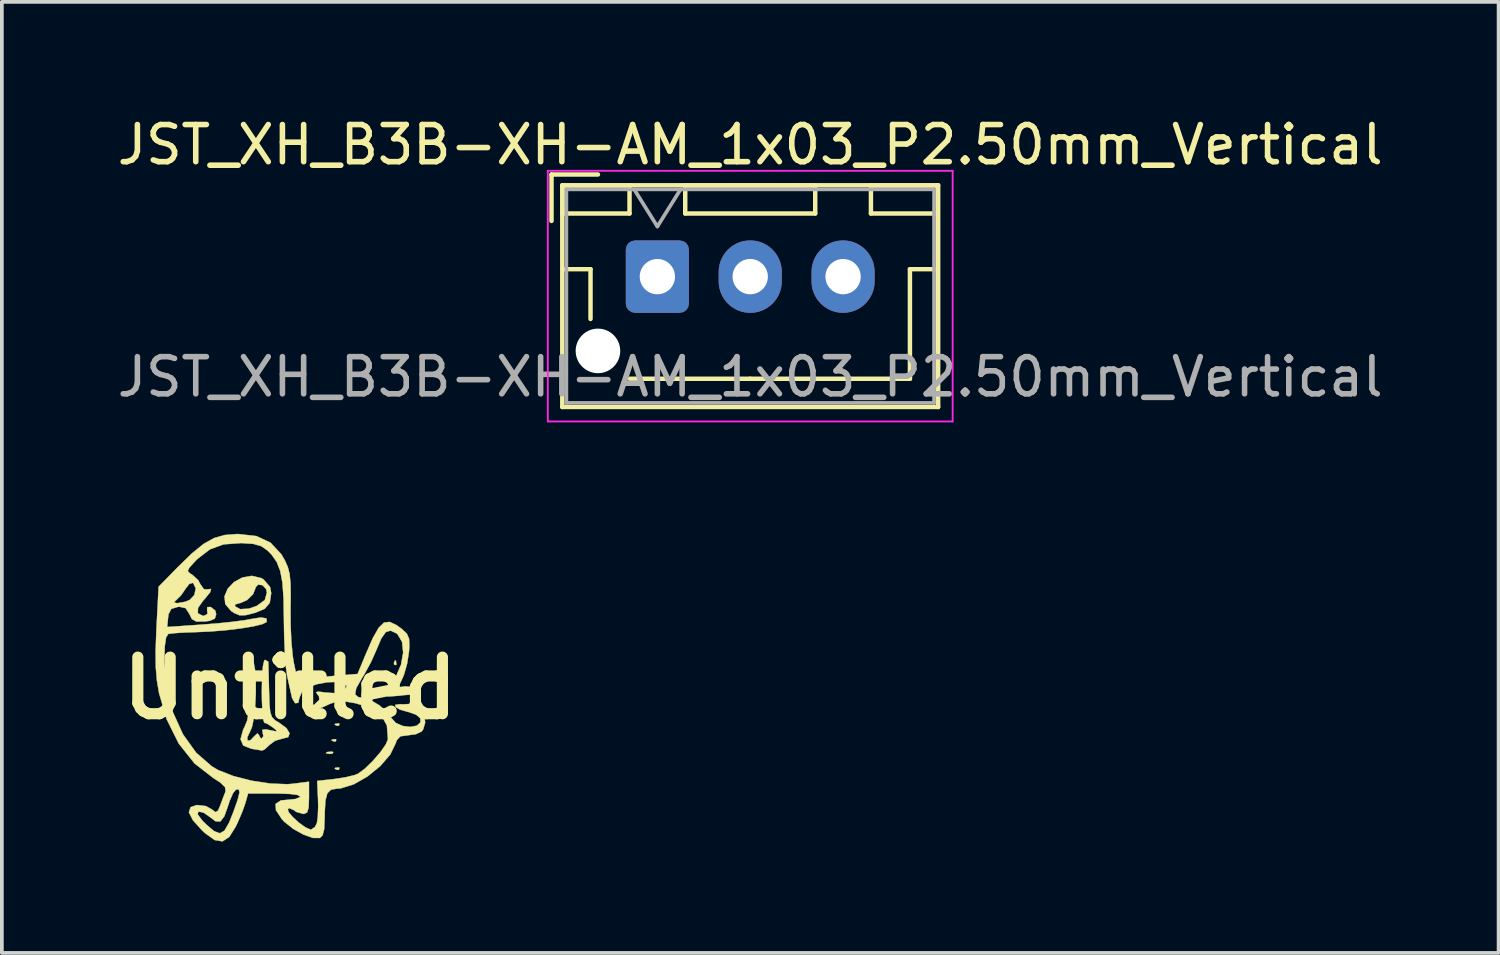
<source format=kicad_pcb>
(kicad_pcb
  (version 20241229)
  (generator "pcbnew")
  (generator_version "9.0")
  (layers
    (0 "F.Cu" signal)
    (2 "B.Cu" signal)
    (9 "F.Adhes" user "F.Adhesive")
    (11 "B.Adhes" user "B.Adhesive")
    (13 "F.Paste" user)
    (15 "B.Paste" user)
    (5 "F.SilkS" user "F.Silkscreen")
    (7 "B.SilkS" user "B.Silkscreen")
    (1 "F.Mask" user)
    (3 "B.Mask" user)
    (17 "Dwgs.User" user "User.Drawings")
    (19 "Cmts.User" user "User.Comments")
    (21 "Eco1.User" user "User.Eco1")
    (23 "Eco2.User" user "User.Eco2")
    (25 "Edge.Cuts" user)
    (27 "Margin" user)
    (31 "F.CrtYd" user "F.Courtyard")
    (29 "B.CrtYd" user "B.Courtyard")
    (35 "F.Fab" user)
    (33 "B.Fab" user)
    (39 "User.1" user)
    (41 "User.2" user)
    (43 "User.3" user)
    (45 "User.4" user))
  (footprint "JST_XH_B3B-XH-AM_1x03_P2.50mm_Vertical"
    (layer "F.Cu")
    (at 14.649 4.398)
    (property "Reference" "JST_XH_B3B-XH-AM_1x03_P2.50mm_Vertical" (at 2.5 -3.55 0) (layer "F.SilkS") (effects (font (size 1 1) (thickness 0.15))))
    (attr through_hole)
    (fp_line (start -2.85 -2.75) (end -2.85 -1.5) (stroke (width 0.12) (type solid)) (layer "F.SilkS"))
    (fp_line (start -2.56 -2.46) (end -2.56 3.51) (stroke (width 0.12) (type solid)) (layer "F.SilkS"))
    (fp_line (start -2.56 3.51) (end 7.56 3.51) (stroke (width 0.12) (type solid)) (layer "F.SilkS"))
    (fp_line (start -2.55 -2.45) (end -2.55 -1.7) (stroke (width 0.12) (type solid)) (layer "F.SilkS"))
    (fp_line (start -2.55 -1.7) (end -0.75 -1.7) (stroke (width 0.12) (type solid)) (layer "F.SilkS"))
    (fp_line (start -2.55 -0.2) (end -1.8 -0.2) (stroke (width 0.12) (type solid)) (layer "F.SilkS"))
    (fp_line (start -1.8 -0.2) (end -1.8 1.14) (stroke (width 0.12) (type solid)) (layer "F.SilkS"))
    (fp_line (start -1.6 -2.75) (end -2.85 -2.75) (stroke (width 0.12) (type solid)) (layer "F.SilkS"))
    (fp_line (start -0.75 -2.45) (end -2.55 -2.45) (stroke (width 0.12) (type solid)) (layer "F.SilkS"))
    (fp_line (start -0.75 -1.7) (end -0.75 -2.45) (stroke (width 0.12) (type solid)) (layer "F.SilkS"))
    (fp_line (start 0.75 -2.45) (end 0.75 -1.7) (stroke (width 0.12) (type solid)) (layer "F.SilkS"))
    (fp_line (start 0.75 -1.7) (end 4.25 -1.7) (stroke (width 0.12) (type solid)) (layer "F.SilkS"))
    (fp_line (start 2.5 2.75) (end -0.74 2.75) (stroke (width 0.12) (type solid)) (layer "F.SilkS"))
    (fp_line (start 4.25 -2.45) (end 0.75 -2.45) (stroke (width 0.12) (type solid)) (layer "F.SilkS"))
    (fp_line (start 4.25 -1.7) (end 4.25 -2.45) (stroke (width 0.12) (type solid)) (layer "F.SilkS"))
    (fp_line (start 5.75 -2.45) (end 5.75 -1.7) (stroke (width 0.12) (type solid)) (layer "F.SilkS"))
    (fp_line (start 5.75 -1.7) (end 7.55 -1.7) (stroke (width 0.12) (type solid)) (layer "F.SilkS"))
    (fp_line (start 6.8 -0.2) (end 6.8 2.75) (stroke (width 0.12) (type solid)) (layer "F.SilkS"))
    (fp_line (start 6.8 2.75) (end 2.5 2.75) (stroke (width 0.12) (type solid)) (layer "F.SilkS"))
    (fp_line (start 7.55 -2.45) (end 5.75 -2.45) (stroke (width 0.12) (type solid)) (layer "F.SilkS"))
    (fp_line (start 7.55 -1.7) (end 7.55 -2.45) (stroke (width 0.12) (type solid)) (layer "F.SilkS"))
    (fp_line (start 7.55 -0.2) (end 6.8 -0.2) (stroke (width 0.12) (type solid)) (layer "F.SilkS"))
    (fp_line (start 7.56 -2.46) (end -2.56 -2.46) (stroke (width 0.12) (type solid)) (layer "F.SilkS"))
    (fp_line (start 7.56 3.51) (end 7.56 -2.46) (stroke (width 0.12) (type solid)) (layer "F.SilkS"))
    (fp_line (start -2.95 -2.85) (end -2.95 3.9) (stroke (width 0.05) (type solid)) (layer "F.CrtYd"))
    (fp_line (start -2.95 3.9) (end 7.95 3.9) (stroke (width 0.05) (type solid)) (layer "F.CrtYd"))
    (fp_line (start 7.95 -2.85) (end -2.95 -2.85) (stroke (width 0.05) (type solid)) (layer "F.CrtYd"))
    (fp_line (start 7.95 3.9) (end 7.95 -2.85) (stroke (width 0.05) (type solid)) (layer "F.CrtYd"))
    (fp_line (start -2.45 -2.35) (end -2.45 3.4) (stroke (width 0.1) (type solid)) (layer "F.Fab"))
    (fp_line (start -2.45 3.4) (end 7.45 3.4) (stroke (width 0.1) (type solid)) (layer "F.Fab"))
    (fp_line (start -0.625 -2.35) (end 0 -1.35) (stroke (width 0.1) (type solid)) (layer "F.Fab"))
    (fp_line (start 0 -1.35) (end 0.625 -2.35) (stroke (width 0.1) (type solid)) (layer "F.Fab"))
    (fp_line (start 7.45 -2.35) (end -2.45 -2.35) (stroke (width 0.1) (type solid)) (layer "F.Fab"))
    (fp_line (start 7.45 3.4) (end 7.45 -2.35) (stroke (width 0.1) (type solid)) (layer "F.Fab"))
    (fp_text user "${REFERENCE}" (at 2.5 2.7 0) (layer "F.Fab") (effects (font (size 1 1) (thickness 0.15))))
    (pad "" np_thru_hole circle (at -1.6 2) (size 1.2 1.2) (drill 1.2) (layers "*.Cu" "*.Mask"))
    (pad "A" thru_hole roundrect (at 0 0) (size 1.7 1.95) (drill 0.95) (layers "*.Cu" "*.Mask") (roundrect_rratio 0.147))
    (pad "B" thru_hole oval (at 5 0) (size 1.7 1.95) (drill 0.95) (layers "*.Cu" "*.Mask"))
    (pad "C" thru_hole oval (at 2.5 0) (size 1.7 1.95) (drill 0.95) (layers "*.Cu" "*.Mask")))
  (footprint "Untitled"
    (layer "F.Cu")
    (at 4.761 15.477)
    (property "Reference" "Untitled" (at 0 0 0) (layer "F.SilkS") (effects (font (size 1.524 1.524) (thickness 0.3))))
    (attr through_hole)
    (fp_poly (pts (xy 0.564 0.282) (xy 0.553 0.333) (xy 0.508 0.339) (xy 0.438 0.308) (xy 0.452 0.282) (xy 0.552 0.272) (xy 0.564 0.282)) (stroke (width 0.01) (type solid)) (fill yes) (layer "F.SilkS"))
    (fp_poly (pts (xy 1.162 1.727) (xy 1.137 1.765) (xy 1.051 1.771) (xy 0.961 1.751) (xy 1 1.72) (xy 1.132 1.71) (xy 1.162 1.727)) (stroke (width 0.01) (type solid)) (fill yes) (layer "F.SilkS"))
    (fp_poly (pts (xy 1.242 1.383) (xy 1.23 1.433) (xy 1.185 1.439) (xy 1.116 1.408) (xy 1.129 1.383) (xy 1.229 1.373) (xy 1.242 1.383)) (stroke (width 0.01) (type solid)) (fill yes) (layer "F.SilkS"))
    (fp_poly (pts (xy 1.326 0.96) (xy 1.315 1.01) (xy 1.27 1.016) (xy 1.2 0.985) (xy 1.214 0.96) (xy 1.314 0.949) (xy 1.326 0.96)) (stroke (width 0.01) (type solid)) (fill yes) (layer "F.SilkS"))
    (fp_poly (pts (xy 1.326 2.145) (xy 1.315 2.195) (xy 1.27 2.201) (xy 1.2 2.17) (xy 1.214 2.145) (xy 1.314 2.135) (xy 1.326 2.145)) (stroke (width 0.01) (type solid)) (fill yes) (layer "F.SilkS"))
    (fp_poly (pts (xy 2.85 -0.734) (xy 2.861 -0.633) (xy 2.85 -0.621) (xy 2.8 -0.633) (xy 2.794 -0.677) (xy 2.825 -0.747) (xy 2.85 -0.734)) (stroke (width 0.01) (type solid)) (fill yes) (layer "F.SilkS"))
    (fp_poly (pts (xy 2.706 -0.362) (xy 2.709 -0.339) (xy 2.68 -0.256) (xy 2.672 -0.254) (xy 2.6 -0.313) (xy 2.582 -0.339) (xy 2.589 -0.417) (xy 2.62 -0.423) (xy 2.706 -0.362)) (stroke (width 0.01) (type solid)) (fill yes) (layer "F.SilkS"))
    (fp_poly (pts (xy -0.779 -2.963) (xy -0.716 -2.927) (xy -0.541 -2.725) (xy -0.509 -2.559) (xy -0.548 -2.297) (xy -0.684 -2.135) (xy -0.937 -2.03) (xy -1.193 -1.965) (xy -1.358 -1.96) (xy -1.5 -2.019) (xy -1.59 -2.079) (xy -1.694 -2.201) (xy -1.482 -2.201) (xy -1.344 -2.126) (xy -1.112 -2.14) (xy -0.898 -2.213) (xy -0.681 -2.372) (xy -0.624 -2.575) (xy -0.647 -2.667) (xy -0.74 -2.77) (xy -0.859 -2.788) (xy -0.93 -2.715) (xy -0.931 -2.695) (xy -1 -2.526) (xy -1.162 -2.369) (xy -1.346 -2.288) (xy -1.373 -2.286) (xy -1.481 -2.251) (xy -1.482 -2.201) (xy -1.694 -2.201) (xy -1.746 -2.263) (xy -1.767 -2.47) (xy -1.68 -2.676) (xy -1.511 -2.854) (xy -1.286 -2.978) (xy -1.034 -3.023) (xy -0.779 -2.963)) (stroke (width 0.01) (type solid)) (fill yes) (layer "F.SilkS"))
    (fp_poly (pts (xy -0.98 -0.685) (xy -0.942 -0.48) (xy -0.924 -0.187) (xy -0.924 0.153) (xy -0.942 0.499) (xy -0.977 0.812) (xy -1.028 1.052) (xy -1.07 1.149) (xy -1.153 1.324) (xy -1.145 1.418) (xy -1.064 1.4) (xy -0.975 1.306) (xy -0.883 1.219) (xy -0.849 1.249) (xy -0.795 1.347) (xy -0.765 1.355) (xy -0.72 1.292) (xy -0.736 1.215) (xy -0.748 1.123) (xy -0.655 1.11) (xy -0.543 1.132) (xy -0.38 1.164) (xy -0.365 1.14) (xy -0.461 1.06) (xy -0.613 0.96) (xy -0.694 0.931) (xy -0.722 0.853) (xy -0.745 0.641) (xy -0.759 0.331) (xy -0.762 0.085) (xy -0.754 -0.309) (xy -0.731 -0.593) (xy -0.697 -0.744) (xy -0.677 -0.762) (xy -0.591 -0.713) (xy -0.588 -0.699) (xy -0.584 -0.59) (xy -0.578 -0.356) (xy -0.57 -0.04) (xy -0.567 0.078) (xy -0.556 0.426) (xy -0.535 0.646) (xy -0.491 0.778) (xy -0.411 0.862) (xy -0.296 0.931) (xy -0.097 1.079) (xy -0.013 1.22) (xy -0.054 1.322) (xy -0.192 1.355) (xy -0.405 1.416) (xy -0.55 1.524) (xy -0.68 1.645) (xy -0.754 1.681) (xy -0.867 1.66) (xy -1.042 1.632) (xy -1.261 1.547) (xy -1.335 1.376) (xy -1.264 1.119) (xy -1.232 1.056) (xy -1.157 0.876) (xy -1.116 0.655) (xy -1.105 0.347) (xy -1.113 0.008) (xy -1.122 -0.38) (xy -1.11 -0.622) (xy -1.075 -0.741) (xy -1.037 -0.762) (xy -0.98 -0.685)) (stroke (width 0.01) (type solid)) (fill yes) (layer "F.SilkS"))
    (fp_poly (pts (xy -0.905 -4.093) (xy -0.529 -3.917) (xy -0.24 -3.608) (xy -0.139 -3.435) (xy -0.062 -3.26) (xy -0.013 -3.07) (xy 0.011 -2.824) (xy 0.017 -2.48) (xy 0.011 -2.165) (xy 0.013 -1.714) (xy 0.033 -1.262) (xy 0.069 -0.873) (xy 0.097 -0.693) (xy 0.159 -0.405) (xy 0.215 -0.252) (xy 0.282 -0.201) (xy 0.376 -0.218) (xy 0.544 -0.254) (xy 0.823 -0.293) (xy 1.156 -0.327) (xy 1.183 -0.329) (xy 1.816 -0.381) (xy 2.044 -0.931) (xy 2.229 -1.352) (xy 2.384 -1.624) (xy 2.527 -1.764) (xy 2.68 -1.783) (xy 2.863 -1.698) (xy 3.004 -1.595) (xy 3.141 -1.468) (xy 3.203 -1.33) (xy 3.21 -1.119) (xy 3.2 -0.979) (xy 3.151 -0.663) (xy 3.068 -0.369) (xy 3.028 -0.273) (xy 2.944 -0.094) (xy 2.945 -0.028) (xy 3.041 -0.038) (xy 3.082 -0.048) (xy 3.29 -0.031) (xy 3.423 0.109) (xy 3.447 0.333) (xy 3.439 0.371) (xy 3.439 0.557) (xy 3.514 0.624) (xy 3.613 0.739) (xy 3.636 0.93) (xy 3.579 1.118) (xy 3.539 1.168) (xy 3.387 1.24) (xy 3.167 1.27) (xy 2.965 1.298) (xy 2.867 1.409) (xy 2.843 1.484) (xy 2.695 1.789) (xy 2.427 2.099) (xy 2.086 2.377) (xy 1.715 2.589) (xy 1.361 2.699) (xy 1.258 2.707) (xy 1.101 2.734) (xy 1.003 2.829) (xy 0.951 3.023) (xy 0.932 3.346) (xy 0.931 3.481) (xy 0.918 3.79) (xy 0.874 3.965) (xy 0.8 4.035) (xy 0.614 4.033) (xy 0.358 3.942) (xy 0.084 3.789) (xy -0.155 3.6) (xy -0.221 3.529) (xy -0.381 3.286) (xy -0.391 3.117) (xy -0.249 3.024) (xy -0.063 3.006) (xy 0.146 2.985) (xy 0.266 2.935) (xy 0.273 2.921) (xy 0.206 2.878) (xy -0.008 2.849) (xy -0.347 2.837) (xy -0.418 2.836) (xy -1.132 2.836) (xy -1.203 3.09) (xy -1.285 3.323) (xy -1.408 3.61) (xy -1.462 3.725) (xy -1.637 4.005) (xy -1.82 4.126) (xy -2.032 4.09) (xy -2.295 3.901) (xy -2.364 3.837) (xy -2.618 3.556) (xy -2.697 3.399) (xy -2.489 3.399) (xy -2.365 3.565) (xy -2.256 3.674) (xy -2.047 3.851) (xy -1.893 3.909) (xy -1.767 3.837) (xy -1.643 3.623) (xy -1.527 3.333) (xy -1.412 3.007) (xy -1.364 2.813) (xy -1.38 2.728) (xy -1.453 2.728) (xy -1.533 2.822) (xy -1.624 3.025) (xy -1.666 3.154) (xy -1.77 3.449) (xy -1.877 3.589) (xy -2.006 3.586) (xy -2.159 3.471) (xy -2.329 3.352) (xy -2.466 3.322) (xy -2.47 3.323) (xy -2.489 3.399) (xy -2.697 3.399) (xy -2.725 3.346) (xy -2.682 3.207) (xy -2.511 3.147) (xy -2.267 3.176) (xy -2.119 3.258) (xy -2.007 3.34) (xy -1.94 3.299) (xy -1.881 3.158) (xy -1.799 2.936) (xy -1.739 2.784) (xy -1.75 2.669) (xy -1.885 2.537) (xy -2.058 2.427) (xy -2.573 2.028) (xy -2.998 1.494) (xy -3.324 0.837) (xy -3.528 0.138) (xy -3.586 -0.2) (xy -3.617 -0.564) (xy -3.618 -0.724) (xy -3.387 -0.724) (xy -3.327 -0.015) (xy -3.155 0.649) (xy -2.886 1.242) (xy -2.531 1.738) (xy -2.105 2.109) (xy -1.936 2.207) (xy -1.529 2.367) (xy -1.036 2.493) (xy -0.525 2.57) (xy -0.069 2.587) (xy 0.064 2.576) (xy 0.508 2.52) (xy 0.508 2.954) (xy 0.498 3.214) (xy 0.46 3.345) (xy 0.378 3.386) (xy 0.356 3.387) (xy 0.169 3.334) (xy 0.103 3.286) (xy -0.015 3.233) (xy -0.062 3.252) (xy -0.042 3.337) (xy 0.074 3.474) (xy 0.241 3.626) (xy 0.416 3.751) (xy 0.552 3.809) (xy 0.563 3.81) (xy 0.668 3.74) (xy 0.72 3.639) (xy 0.746 3.462) (xy 0.756 3.187) (xy 0.751 2.983) (xy 0.729 2.498) (xy 1.192 2.447) (xy 1.487 2.402) (xy 1.735 2.341) (xy 1.83 2.304) (xy 2.013 2.169) (xy 2.225 1.962) (xy 2.426 1.73) (xy 2.576 1.517) (xy 2.634 1.376) (xy 2.605 1.003) (xy 2.452 0.726) (xy 2.163 0.529) (xy 1.767 0.408) (xy 1.477 0.357) (xy 1.272 0.359) (xy 1.074 0.422) (xy 0.927 0.491) (xy 0.68 0.596) (xy 0.536 0.624) (xy 0.512 0.579) (xy 0.624 0.464) (xy 0.66 0.437) (xy 0.785 0.316) (xy 0.777 0.219) (xy 0.743 0.178) (xy 0.737 0.169) (xy 1.749 0.169) (xy 1.843 0.246) (xy 1.931 0.254) (xy 2.152 0.315) (xy 2.406 0.465) (xy 2.624 0.658) (xy 2.723 0.8) (xy 2.845 0.937) (xy 3.032 1.019) (xy 3.236 1.044) (xy 3.411 1.012) (xy 3.51 0.921) (xy 3.505 0.811) (xy 3.398 0.717) (xy 3.196 0.645) (xy 3.172 0.64) (xy 2.96 0.579) (xy 2.84 0.508) (xy 2.831 0.451) (xy 2.952 0.432) (xy 3.016 0.437) (xy 3.204 0.428) (xy 3.283 0.326) (xy 3.288 0.307) (xy 3.289 0.212) (xy 3.217 0.177) (xy 3.032 0.191) (xy 2.937 0.205) (xy 2.652 0.224) (xy 2.516 0.176) (xy 2.532 0.064) (xy 2.638 -0.052) (xy 2.848 -0.313) (xy 2.986 -0.629) (xy 3.044 -0.955) (xy 3.014 -1.245) (xy 2.891 -1.453) (xy 2.863 -1.474) (xy 2.705 -1.549) (xy 2.576 -1.509) (xy 2.455 -1.338) (xy 2.327 -1.036) (xy 2.181 -0.708) (xy 1.997 -0.369) (xy 1.934 -0.269) (xy 1.78 0.001) (xy 1.749 0.169) (xy 0.737 0.169) (xy 0.698 0.108) (xy 0.77 0.094) (xy 0.941 0.118) (xy 1.254 0.139) (xy 1.455 0.079) (xy 1.524 -0.051) (xy 1.45 -0.132) (xy 1.26 -0.167) (xy 1.002 -0.158) (xy 0.721 -0.106) (xy 0.548 -0.047) (xy 0.322 0.093) (xy 0.254 0.25) (xy 0.217 0.397) (xy 0.135 0.405) (xy 0.057 0.277) (xy 0.045 0.233) (xy -0.00032 0.032) (xy -0.061 -0.242) (xy -0.082 -0.339) (xy -0.114 -0.57) (xy -0.141 -0.924) (xy -0.159 -1.353) (xy -0.167 -1.811) (xy -0.167 -1.844) (xy -0.176 -2.408) (xy -0.206 -2.834) (xy -0.265 -3.152) (xy -0.358 -3.393) (xy -0.495 -3.589) (xy -0.61 -3.706) (xy -0.778 -3.823) (xy -0.992 -3.884) (xy -1.312 -3.905) (xy -1.328 -3.905) (xy -1.79 -3.871) (xy -2.159 -3.737) (xy -2.493 -3.48) (xy -2.57 -3.402) (xy -2.717 -3.239) (xy -2.756 -3.15) (xy -2.696 -3.088) (xy -2.639 -3.056) (xy -2.475 -2.906) (xy -2.411 -2.788) (xy -2.32 -2.662) (xy -2.236 -2.658) (xy -2.129 -2.671) (xy -2.151 -2.584) (xy -2.299 -2.402) (xy -2.338 -2.361) (xy -2.479 -2.161) (xy -2.485 -2.017) (xy -2.357 -1.949) (xy -2.314 -1.947) (xy -2.223 -2) (xy -2.234 -2.08) (xy -2.233 -2.181) (xy -2.138 -2.185) (xy -2.016 -2.089) (xy -1.99 -1.989) (xy -2.027 -1.871) (xy -2.166 -1.812) (xy -2.307 -1.794) (xy -2.526 -1.793) (xy -2.643 -1.859) (xy -2.71 -1.99) (xy -2.811 -2.153) (xy -2.977 -2.19) (xy -3.027 -2.186) (xy -3.2 -2.133) (xy -3.273 -1.991) (xy -3.285 -1.903) (xy -3.31 -1.646) (xy -2.353 -1.712) (xy -1.93 -1.746) (xy -1.535 -1.787) (xy -1.218 -1.829) (xy -1.063 -1.858) (xy -0.789 -1.902) (xy -0.639 -1.878) (xy -0.628 -1.789) (xy -0.634 -1.78) (xy -0.746 -1.723) (xy -0.99 -1.663) (xy -1.331 -1.607) (xy -1.732 -1.559) (xy -2.156 -1.524) (xy -2.498 -1.509) (xy -2.83 -1.498) (xy -3.102 -1.481) (xy -3.264 -1.462) (xy -3.281 -1.458) (xy -3.34 -1.364) (xy -3.375 -1.127) (xy -3.387 -0.734) (xy -3.387 -0.724) (xy -3.618 -0.724) (xy -3.621 -0.999) (xy -3.601 -1.553) (xy -3.599 -1.598) (xy -3.562 -2.314) (xy -3.127 -2.314) (xy -3.067 -2.29) (xy -3.021 -2.289) (xy -2.819 -2.326) (xy -2.704 -2.374) (xy -2.578 -2.508) (xy -2.541 -2.684) (xy -2.606 -2.823) (xy -2.62 -2.834) (xy -2.714 -2.807) (xy -2.804 -2.691) (xy -2.937 -2.498) (xy -3.041 -2.395) (xy -3.127 -2.314) (xy -3.562 -2.314) (xy -3.541 -2.73) (xy -3.019 -3.262) (xy -2.641 -3.63) (xy -2.329 -3.883) (xy -2.047 -4.041) (xy -1.76 -4.122) (xy -1.43 -4.148) (xy -1.388 -4.148) (xy -0.905 -4.093)) (stroke (width 0.01) (type solid)) (fill yes) (layer "F.SilkS")))
  (gr_rect
    (start -3 -3)
    (end 37.298 22.607)
    (stroke (width 0.1) (type default))
    (fill no)
    (layer "Edge.Cuts")))
</source>
